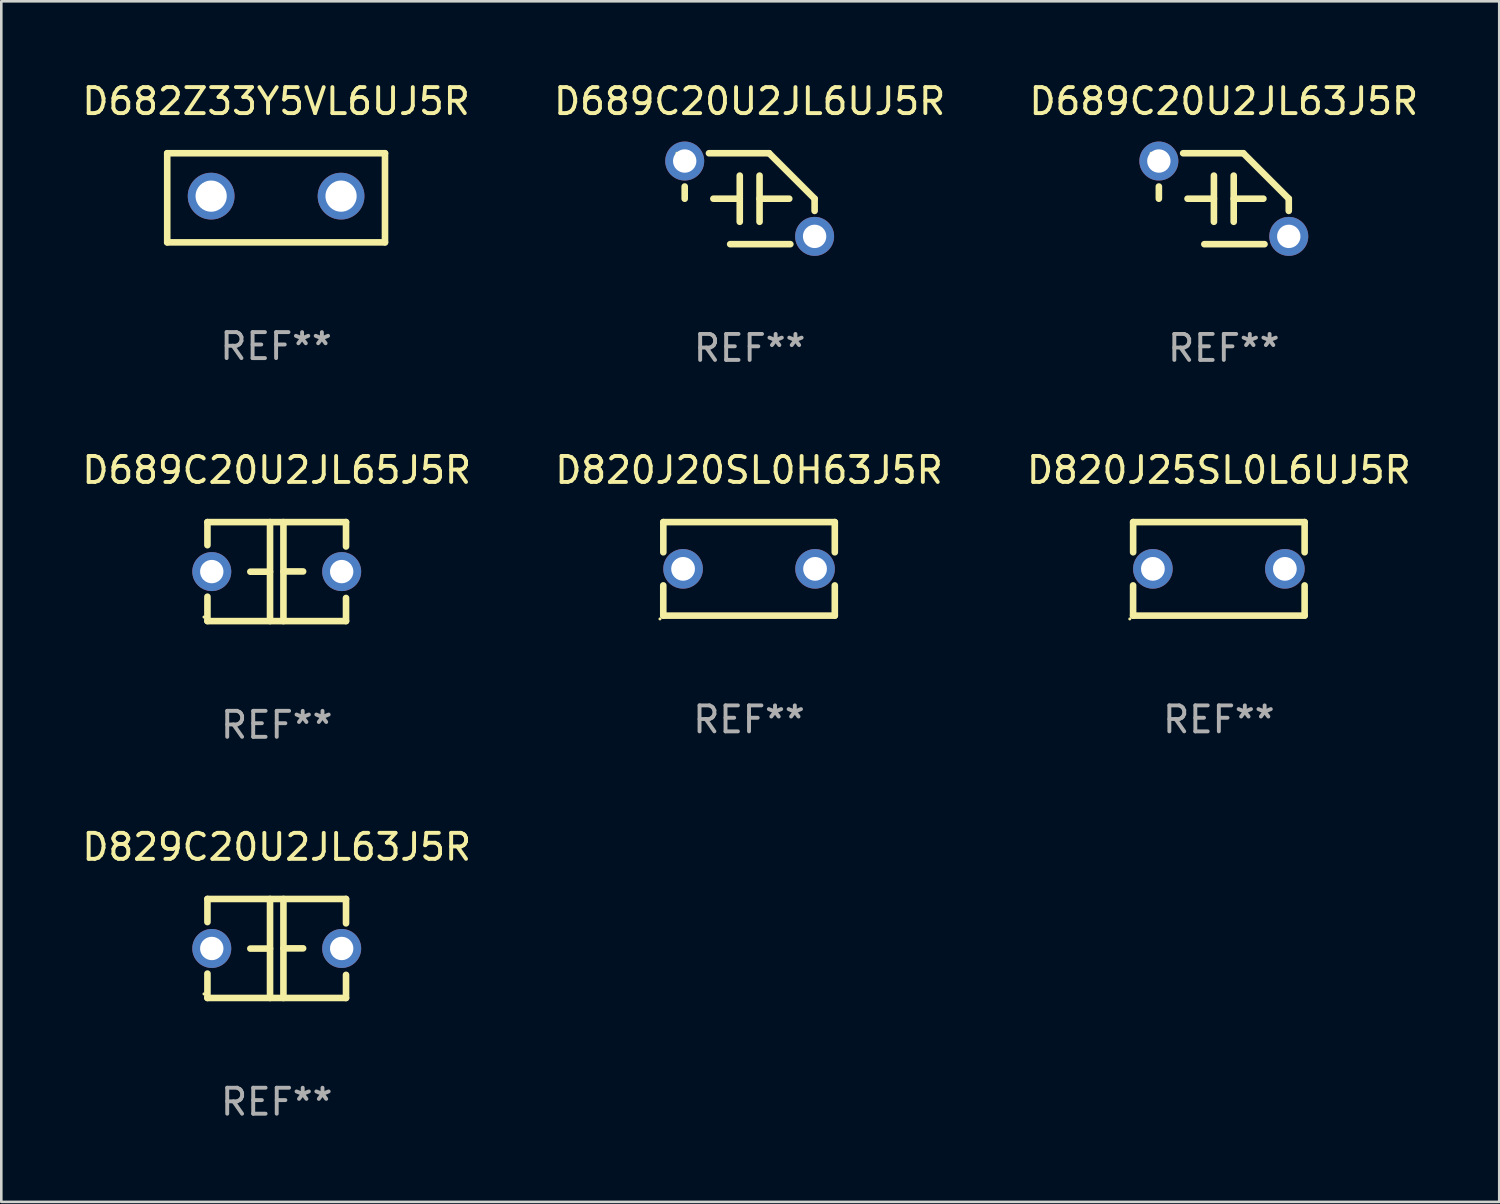
<source format=kicad_pcb>
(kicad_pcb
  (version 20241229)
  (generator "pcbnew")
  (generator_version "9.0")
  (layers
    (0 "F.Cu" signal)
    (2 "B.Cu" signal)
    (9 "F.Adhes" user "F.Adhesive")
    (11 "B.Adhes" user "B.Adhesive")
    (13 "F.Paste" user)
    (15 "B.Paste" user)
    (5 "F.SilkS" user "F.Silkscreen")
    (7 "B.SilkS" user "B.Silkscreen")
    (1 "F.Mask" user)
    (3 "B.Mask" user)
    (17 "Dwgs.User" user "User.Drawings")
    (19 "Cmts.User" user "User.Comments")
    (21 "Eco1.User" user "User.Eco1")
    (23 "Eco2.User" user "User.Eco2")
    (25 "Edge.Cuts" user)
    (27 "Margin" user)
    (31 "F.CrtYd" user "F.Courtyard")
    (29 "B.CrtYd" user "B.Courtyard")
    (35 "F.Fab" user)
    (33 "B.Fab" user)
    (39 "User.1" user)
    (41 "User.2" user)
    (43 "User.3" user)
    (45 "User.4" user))
  (footprint "D829C20U2JL63J5R"
    (layer "F.Cu")
    (at 7.601 33.456)
    (property "Reference" "D829C20U2JL63J5R" (at 0 -3.905 0) (layer "F.SilkS") (effects (font (size 1 1) (thickness 0.15))))
    (attr through_hole)
    (fp_line (start -2.667 -1.905) (end -2.667 -1.016) (stroke (width 0.254) (type solid)) (layer "F.SilkS"))
    (fp_line (start -2.667 0.967) (end -2.667 1.905) (stroke (width 0.254) (type solid)) (layer "F.SilkS"))
    (fp_line (start -2.667 1.905) (end 2.667 1.905) (stroke (width 0.254) (type solid)) (layer "F.SilkS"))
    (fp_line (start -0.258 0.005) (end -1.016 0.005) (stroke (width 0.254) (type solid)) (layer "F.SilkS"))
    (fp_line (start -0.258 1.905) (end -0.258 -1.905) (stroke (width 0.254) (type solid)) (layer "F.SilkS"))
    (fp_line (start 0.258 -1.905) (end 0.258 1.905) (stroke (width 0.254) (type solid)) (layer "F.SilkS"))
    (fp_line (start 0.258 -0.005) (end 1.016 -0.005) (stroke (width 0.254) (type solid)) (layer "F.SilkS"))
    (fp_line (start 2.667 -1.905) (end -2.667 -1.905) (stroke (width 0.254) (type solid)) (layer "F.SilkS"))
    (fp_line (start 2.667 -0.967) (end 2.667 -1.905) (stroke (width 0.254) (type solid)) (layer "F.SilkS"))
    (fp_line (start 2.667 1.905) (end 2.667 1.016) (stroke (width 0.254) (type solid)) (layer "F.SilkS"))
    (fp_circle (center -2.8 1.75) (end -2.77 1.75) (stroke (width 0.06) (type solid)) (fill no) (layer "F.SilkS"))
    (fp_text user "REF**" (at 0 5.905 0) (layer "F.Fab") (effects (font (size 1 1) (thickness 0.15))))
    (pad "1" thru_hole circle (at -2.5 0) (size 1.5 1.5) (drill 0.9) (layers "*.Cu" "*.Mask"))
    (pad "2" thru_hole circle (at 2.5 0) (size 1.5 1.5) (drill 0.9) (layers "*.Cu" "*.Mask")))
  (footprint "D820J25SL0L6UJ5R"
    (layer "F.Cu")
    (at 43.863 18.845)
    (property "Reference" "D820J25SL0L6UJ5R" (at 0 -3.8 0) (layer "F.SilkS") (effects (font (size 1 1) (thickness 0.15))))
    (attr through_hole)
    (fp_line (start -3.301 1.8) (end -3.301 0.636) (stroke (width 0.254) (type solid)) (layer "F.SilkS"))
    (fp_line (start -3.299 -1.8) (end -3.299 -0.638) (stroke (width 0.254) (type solid)) (layer "F.SilkS"))
    (fp_line (start -3.299 -1.8) (end 3.301 -1.8) (stroke (width 0.254) (type solid)) (layer "F.SilkS"))
    (fp_line (start 3.301 -1.8) (end 3.301 -0.638) (stroke (width 0.254) (type solid)) (layer "F.SilkS"))
    (fp_line (start 3.301 0.638) (end 3.301 1.8) (stroke (width 0.254) (type solid)) (layer "F.SilkS"))
    (fp_line (start 3.301 1.8) (end -3.301 1.8) (stroke (width 0.254) (type solid)) (layer "F.SilkS"))
    (fp_circle (center -3.428 1.927) (end -3.398 1.927) (stroke (width 0.06) (type solid)) (fill no) (layer "F.SilkS"))
    (fp_text user "REF**" (at 0 5.8 0) (layer "F.Fab") (effects (font (size 1 1) (thickness 0.15))))
    (pad "1" thru_hole circle (at -2.539 0.000013) (size 1.524 1.524) (drill 0.914) (layers "*.Cu" "*.Mask"))
    (pad "2" thru_hole circle (at 2.541 0.000013) (size 1.524 1.524) (drill 0.914) (layers "*.Cu" "*.Mask")))
  (footprint "D689C20U2JL63J5R"
    (layer "F.Cu")
    (at 44.054 4.598)
    (property "Reference" "D689C20U2JL63J5R" (at 0 -3.75 0) (layer "F.SilkS") (effects (font (size 1 1) (thickness 0.15))))
    (attr through_hole)
    (fp_line (start -2.5 0) (end -2.5 -0.469) (stroke (width 0.254) (type solid)) (layer "F.SilkS"))
    (fp_line (start -1.397 0) (end -0.381 0) (stroke (width 0.254) (type solid)) (layer "F.SilkS"))
    (fp_line (start -0.75 1.75) (end 1.566 1.75) (stroke (width 0.254) (type solid)) (layer "F.SilkS"))
    (fp_line (start -0.381 -0.889) (end -0.381 0.889) (stroke (width 0.254) (type solid)) (layer "F.SilkS"))
    (fp_line (start 0.381 -0.889) (end 0.381 0.889) (stroke (width 0.254) (type solid)) (layer "F.SilkS"))
    (fp_line (start 0.75 -1.75) (end -1.566 -1.75) (stroke (width 0.254) (type solid)) (layer "F.SilkS"))
    (fp_line (start 1.524 0) (end 0.381 0) (stroke (width 0.254) (type solid)) (layer "F.SilkS"))
    (fp_line (start 2.5 0) (end 2.5 0.469) (stroke (width 0.254) (type solid)) (layer "F.SilkS"))
    (fp_arc (start -2.499962 0) (mid 2.499984 -0.000022) (end -2.499962 0) (stroke (width 0.254001) (type solid)) (layer "F.SilkS"))
    (fp_arc (start 2.500013 0) (mid 1.623463 -0.873464) (end 0.749999 -1.750014) (stroke (width 0.254001) (type solid)) (layer "F.SilkS"))
    (fp_circle (center -2.8 -1.75) (end -2.77 -1.75) (stroke (width 0.06) (type solid)) (fill no) (layer "F.SilkS"))
    (fp_text user "REF**" (at 0 5.75 0) (layer "F.Fab") (effects (font (size 1 1) (thickness 0.15))))
    (pad "1" thru_hole circle (at -2.5 -1.45) (size 1.5 1.5) (drill 0.9) (layers "*.Cu" "*.Mask"))
    (pad "2" thru_hole circle (at 2.5 1.45) (size 1.5 1.5) (drill 0.9) (layers "*.Cu" "*.Mask")))
  (footprint "D689C20U2JL6UJ5R"
    (layer "F.Cu")
    (at 25.804 4.598)
    (property "Reference" "D689C20U2JL6UJ5R" (at 0 -3.75 0) (layer "F.SilkS") (effects (font (size 1 1) (thickness 0.15))))
    (attr through_hole)
    (fp_line (start -2.5 0) (end -2.5 -0.469) (stroke (width 0.254) (type solid)) (layer "F.SilkS"))
    (fp_line (start -1.397 0) (end -0.381 0) (stroke (width 0.254) (type solid)) (layer "F.SilkS"))
    (fp_line (start -0.75 1.75) (end 1.566 1.75) (stroke (width 0.254) (type solid)) (layer "F.SilkS"))
    (fp_line (start -0.381 -0.889) (end -0.381 0.889) (stroke (width 0.254) (type solid)) (layer "F.SilkS"))
    (fp_line (start 0.381 -0.889) (end 0.381 0.889) (stroke (width 0.254) (type solid)) (layer "F.SilkS"))
    (fp_line (start 0.75 -1.75) (end -1.566 -1.75) (stroke (width 0.254) (type solid)) (layer "F.SilkS"))
    (fp_line (start 1.524 0) (end 0.381 0) (stroke (width 0.254) (type solid)) (layer "F.SilkS"))
    (fp_line (start 2.5 0) (end 2.5 0.469) (stroke (width 0.254) (type solid)) (layer "F.SilkS"))
    (fp_arc (start -2.499962 0) (mid 2.499984 -0.000022) (end -2.499962 0) (stroke (width 0.254001) (type solid)) (layer "F.SilkS"))
    (fp_arc (start 2.500013 0) (mid 1.623463 -0.873464) (end 0.749999 -1.750014) (stroke (width 0.254001) (type solid)) (layer "F.SilkS"))
    (fp_circle (center -2.8 -1.75) (end -2.77 -1.75) (stroke (width 0.06) (type solid)) (fill no) (layer "F.SilkS"))
    (fp_text user "REF**" (at 0 5.75 0) (layer "F.Fab") (effects (font (size 1 1) (thickness 0.15))))
    (pad "1" thru_hole circle (at -2.5 -1.45) (size 1.5 1.5) (drill 0.9) (layers "*.Cu" "*.Mask"))
    (pad "2" thru_hole circle (at 2.5 1.45) (size 1.5 1.5) (drill 0.9) (layers "*.Cu" "*.Mask")))
  (footprint "D682Z33Y5VL6UJ5R"
    (layer "F.Cu")
    (at 7.577 4.563)
    (property "Reference" "D682Z33Y5VL6UJ5R" (at 0 -3.715 0) (layer "F.SilkS") (effects (font (size 1 1) (thickness 0.15))))
    (attr through_hole)
    (fp_line (start -4.191 -1.715) (end -4.191 1.715) (stroke (width 0.254) (type solid)) (layer "F.SilkS"))
    (fp_line (start -4.191 1.715) (end 4.191 1.715) (stroke (width 0.254) (type solid)) (layer "F.SilkS"))
    (fp_line (start 4.191 -1.715) (end -4.191 -1.715) (stroke (width 0.254) (type solid)) (layer "F.SilkS"))
    (fp_line (start 4.191 1.715) (end 4.191 -1.715) (stroke (width 0.254) (type solid)) (layer "F.SilkS"))
    (fp_circle (center -4.25 1.687) (end -4.22 1.687) (stroke (width 0.06) (type solid)) (fill no) (layer "F.SilkS"))
    (fp_text user "REF**" (at 0 5.715 0) (layer "F.Fab") (effects (font (size 1 1) (thickness 0.15))))
    (pad "1" thru_hole circle (at -2.5 -0.064) (size 1.8 1.8) (drill 1.2) (layers "*.Cu" "*.Mask"))
    (pad "2" thru_hole circle (at 2.5 -0.064) (size 1.8 1.8) (drill 1.2) (layers "*.Cu" "*.Mask")))
  (footprint "D689C20U2JL65J5R"
    (layer "F.Cu")
    (at 7.601 18.95)
    (property "Reference" "D689C20U2JL65J5R" (at 0 -3.905 0) (layer "F.SilkS") (effects (font (size 1 1) (thickness 0.15))))
    (attr through_hole)
    (fp_line (start -2.667 -1.905) (end -2.667 -1.016) (stroke (width 0.254) (type solid)) (layer "F.SilkS"))
    (fp_line (start -2.667 0.967) (end -2.667 1.905) (stroke (width 0.254) (type solid)) (layer "F.SilkS"))
    (fp_line (start -2.667 1.905) (end 2.667 1.905) (stroke (width 0.254) (type solid)) (layer "F.SilkS"))
    (fp_line (start -0.258 0.005) (end -1.016 0.005) (stroke (width 0.254) (type solid)) (layer "F.SilkS"))
    (fp_line (start -0.258 1.905) (end -0.258 -1.905) (stroke (width 0.254) (type solid)) (layer "F.SilkS"))
    (fp_line (start 0.258 -1.905) (end 0.258 1.905) (stroke (width 0.254) (type solid)) (layer "F.SilkS"))
    (fp_line (start 0.258 -0.005) (end 1.016 -0.005) (stroke (width 0.254) (type solid)) (layer "F.SilkS"))
    (fp_line (start 2.667 -1.905) (end -2.667 -1.905) (stroke (width 0.254) (type solid)) (layer "F.SilkS"))
    (fp_line (start 2.667 -0.967) (end 2.667 -1.905) (stroke (width 0.254) (type solid)) (layer "F.SilkS"))
    (fp_line (start 2.667 1.905) (end 2.667 1.016) (stroke (width 0.254) (type solid)) (layer "F.SilkS"))
    (fp_circle (center -2.8 1.75) (end -2.77 1.75) (stroke (width 0.06) (type solid)) (fill no) (layer "F.SilkS"))
    (fp_text user "REF**" (at 0 5.905 0) (layer "F.Fab") (effects (font (size 1 1) (thickness 0.15))))
    (pad "1" thru_hole circle (at -2.5 0) (size 1.5 1.5) (drill 0.9) (layers "*.Cu" "*.Mask"))
    (pad "2" thru_hole circle (at 2.5 0) (size 1.5 1.5) (drill 0.9) (layers "*.Cu" "*.Mask")))
  (footprint "D820J20SL0H63J5R"
    (layer "F.Cu")
    (at 25.78 18.845)
    (property "Reference" "D820J20SL0H63J5R" (at 0 -3.8 0) (layer "F.SilkS") (effects (font (size 1 1) (thickness 0.15))))
    (attr through_hole)
    (fp_line (start -3.301 1.8) (end -3.301 0.636) (stroke (width 0.254) (type solid)) (layer "F.SilkS"))
    (fp_line (start -3.299 -1.8) (end -3.299 -0.638) (stroke (width 0.254) (type solid)) (layer "F.SilkS"))
    (fp_line (start -3.299 -1.8) (end 3.301 -1.8) (stroke (width 0.254) (type solid)) (layer "F.SilkS"))
    (fp_line (start 3.301 -1.8) (end 3.301 -0.638) (stroke (width 0.254) (type solid)) (layer "F.SilkS"))
    (fp_line (start 3.301 0.638) (end 3.301 1.8) (stroke (width 0.254) (type solid)) (layer "F.SilkS"))
    (fp_line (start 3.301 1.8) (end -3.301 1.8) (stroke (width 0.254) (type solid)) (layer "F.SilkS"))
    (fp_circle (center -3.428 1.927) (end -3.398 1.927) (stroke (width 0.06) (type solid)) (fill no) (layer "F.SilkS"))
    (fp_text user "REF**" (at 0 5.8 0) (layer "F.Fab") (effects (font (size 1 1) (thickness 0.15))))
    (pad "1" thru_hole circle (at -2.539 0.000013) (size 1.524 1.524) (drill 0.914) (layers "*.Cu" "*.Mask"))
    (pad "2" thru_hole circle (at 2.541 0.000013) (size 1.524 1.524) (drill 0.914) (layers "*.Cu" "*.Mask")))
  (gr_rect
    (start -3 -3)
    (end 54.655 43.21)
    (stroke (width 0.1) (type default))
    (fill no)
    (layer "Edge.Cuts")))
</source>
